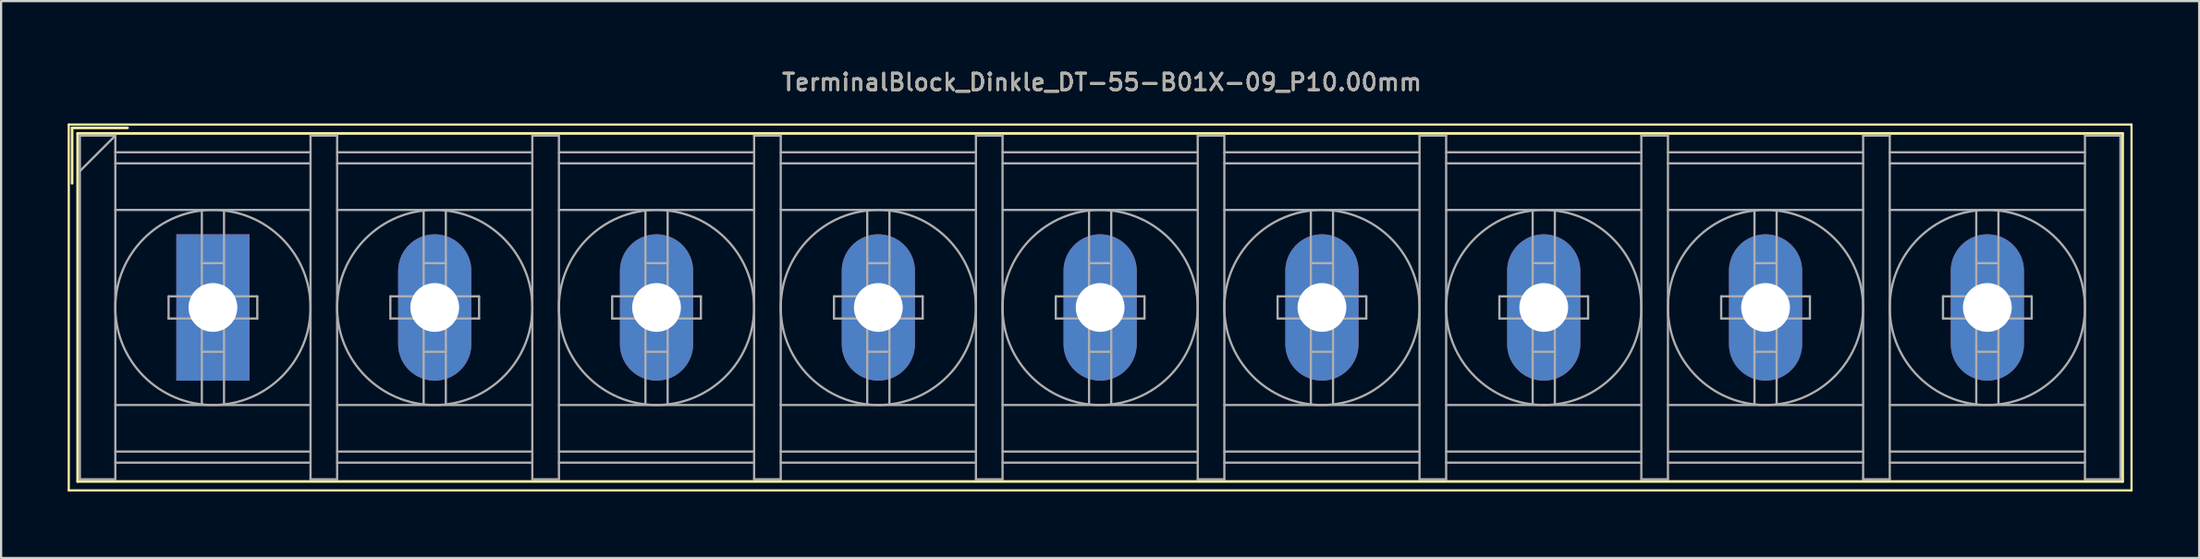
<source format=kicad_pcb>
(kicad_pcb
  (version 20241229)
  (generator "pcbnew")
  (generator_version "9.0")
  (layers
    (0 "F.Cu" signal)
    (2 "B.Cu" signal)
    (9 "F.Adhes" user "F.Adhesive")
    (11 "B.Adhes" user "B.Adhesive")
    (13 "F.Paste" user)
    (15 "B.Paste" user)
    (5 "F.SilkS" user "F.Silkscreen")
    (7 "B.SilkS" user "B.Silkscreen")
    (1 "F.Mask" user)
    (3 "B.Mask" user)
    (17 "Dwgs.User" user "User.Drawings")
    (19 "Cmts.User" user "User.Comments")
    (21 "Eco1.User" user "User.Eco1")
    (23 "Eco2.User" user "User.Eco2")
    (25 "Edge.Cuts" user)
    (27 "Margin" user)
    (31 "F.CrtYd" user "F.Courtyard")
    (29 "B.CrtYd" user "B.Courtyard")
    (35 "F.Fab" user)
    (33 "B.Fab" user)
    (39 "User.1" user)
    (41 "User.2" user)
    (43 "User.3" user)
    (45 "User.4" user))
  (footprint "TerminalBlock_Dinkle_DT-55-B01X-09_P10.00mm"
    (layer "F.Cu")
    (at 6.55 10.818)
    (property "Reference" "TerminalBlock_Dinkle_DT-55-B01X-09_P10.00mm" (at 40.08 -10.16 0) (layer "F.SilkS") (effects (font (size 0.75 0.75) (thickness 0.125))))
    (attr through_hole)
    (fp_line (start -6.5 -8.25) (end 86.5 -8.25) (stroke (width 0.1) (type solid)) (layer "F.SilkS"))
    (fp_line (start -6.5 8.25) (end -6.5 -8.25) (stroke (width 0.1) (type solid)) (layer "F.SilkS"))
    (fp_line (start -6.5 8.25) (end 86.5 8.25) (stroke (width 0.1) (type solid)) (layer "F.SilkS"))
    (fp_line (start -6.35 -8.1) (end -3.85 -8.1) (stroke (width 0.12) (type solid)) (layer "F.SilkS"))
    (fp_line (start -6.35 -5.6) (end -6.35 -8.1) (stroke (width 0.12) (type solid)) (layer "F.SilkS"))
    (fp_line (start -6.1 -7.85) (end 86.1 -7.85) (stroke (width 0.12) (type solid)) (layer "F.SilkS"))
    (fp_line (start -6.1 7.85) (end -6.1 -7.85) (stroke (width 0.12) (type solid)) (layer "F.SilkS"))
    (fp_line (start -6.1 7.85) (end 86.1 7.85) (stroke (width 0.12) (type solid)) (layer "F.SilkS"))
    (fp_line (start 86.1 -7.85) (end 86.1 7.85) (stroke (width 0.12) (type solid)) (layer "F.SilkS"))
    (fp_line (start 86.5 -8.25) (end 86.5 8.25) (stroke (width 0.1) (type solid)) (layer "F.SilkS"))
    (fp_line (start -6 -7.75) (end -6 7.75) (stroke (width 0.1) (type solid)) (layer "F.Fab"))
    (fp_line (start -6 -7.75) (end -4.4 -7.75) (stroke (width 0.1) (type solid)) (layer "F.Fab"))
    (fp_line (start -6 7.75) (end -4.4 7.75) (stroke (width 0.1) (type solid)) (layer "F.Fab"))
    (fp_line (start -4.4 -7.75) (end -6 -6.15) (stroke (width 0.1) (type solid)) (layer "F.Fab"))
    (fp_line (start -4.4 -7.75) (end -4.4 7.75) (stroke (width 0.1) (type solid)) (layer "F.Fab"))
    (fp_line (start -4.4 -7) (end 4.4 -7) (stroke (width 0.1) (type solid)) (layer "F.Fab"))
    (fp_line (start -4.4 -6.5) (end 4.4 -6.5) (stroke (width 0.1) (type solid)) (layer "F.Fab"))
    (fp_line (start -4.4 -4.4) (end 4.4 -4.4) (stroke (width 0.1) (type solid)) (layer "F.Fab"))
    (fp_line (start -4.4 4.4) (end 4.4 4.4) (stroke (width 0.1) (type solid)) (layer "F.Fab"))
    (fp_line (start -4.4 6.5) (end 4.4 6.5) (stroke (width 0.1) (type solid)) (layer "F.Fab"))
    (fp_line (start -4.4 7) (end 4.4 7) (stroke (width 0.1) (type solid)) (layer "F.Fab"))
    (fp_line (start -2 -0.5) (end -2 0.5) (stroke (width 0.1) (type solid)) (layer "F.Fab"))
    (fp_line (start -2 0.5) (end -0.5 0.5) (stroke (width 0.1) (type solid)) (layer "F.Fab"))
    (fp_line (start -0.5 -4.35) (end -0.5 -0.5) (stroke (width 0.1) (type solid)) (layer "F.Fab"))
    (fp_line (start -0.5 -2) (end 0.5 -2) (stroke (width 0.1) (type solid)) (layer "F.Fab"))
    (fp_line (start -0.5 -0.5) (end -2 -0.5) (stroke (width 0.1) (type solid)) (layer "F.Fab"))
    (fp_line (start -0.5 0.5) (end -0.5 4.35) (stroke (width 0.1) (type solid)) (layer "F.Fab"))
    (fp_line (start -0.5 2) (end 0.5 2) (stroke (width 0.1) (type solid)) (layer "F.Fab"))
    (fp_line (start 0.5 -4.35) (end 0.5 -0.5) (stroke (width 0.1) (type solid)) (layer "F.Fab"))
    (fp_line (start 0.5 -0.5) (end 2 -0.5) (stroke (width 0.1) (type solid)) (layer "F.Fab"))
    (fp_line (start 0.5 0.5) (end 0.5 4.35) (stroke (width 0.1) (type solid)) (layer "F.Fab"))
    (fp_line (start 2 -0.5) (end 2 0.5) (stroke (width 0.1) (type solid)) (layer "F.Fab"))
    (fp_line (start 2 0.5) (end 0.5 0.5) (stroke (width 0.1) (type solid)) (layer "F.Fab"))
    (fp_line (start 4.4 -7.75) (end 4.4 7.75) (stroke (width 0.1) (type solid)) (layer "F.Fab"))
    (fp_line (start 4.4 -7.75) (end 5.6 -7.75) (stroke (width 0.1) (type solid)) (layer "F.Fab"))
    (fp_line (start 4.4 7.75) (end 5.6 7.75) (stroke (width 0.1) (type solid)) (layer "F.Fab"))
    (fp_line (start 5.6 -7.75) (end 5.6 7.75) (stroke (width 0.1) (type solid)) (layer "F.Fab"))
    (fp_line (start 5.6 -7) (end 14.4 -7) (stroke (width 0.1) (type solid)) (layer "F.Fab"))
    (fp_line (start 5.6 -6.5) (end 14.4 -6.5) (stroke (width 0.1) (type solid)) (layer "F.Fab"))
    (fp_line (start 5.6 -4.4) (end 14.4 -4.4) (stroke (width 0.1) (type solid)) (layer "F.Fab"))
    (fp_line (start 5.6 4.4) (end 14.4 4.4) (stroke (width 0.1) (type solid)) (layer "F.Fab"))
    (fp_line (start 5.6 6.5) (end 14.4 6.5) (stroke (width 0.1) (type solid)) (layer "F.Fab"))
    (fp_line (start 5.6 7) (end 14.4 7) (stroke (width 0.1) (type solid)) (layer "F.Fab"))
    (fp_line (start 8 -0.5) (end 8 0.5) (stroke (width 0.1) (type solid)) (layer "F.Fab"))
    (fp_line (start 8 0.5) (end 9.5 0.5) (stroke (width 0.1) (type solid)) (layer "F.Fab"))
    (fp_line (start 9.5 -4.35) (end 9.5 -0.5) (stroke (width 0.1) (type solid)) (layer "F.Fab"))
    (fp_line (start 9.5 -2) (end 10.5 -2) (stroke (width 0.1) (type solid)) (layer "F.Fab"))
    (fp_line (start 9.5 -0.5) (end 8 -0.5) (stroke (width 0.1) (type solid)) (layer "F.Fab"))
    (fp_line (start 9.5 0.5) (end 9.5 4.35) (stroke (width 0.1) (type solid)) (layer "F.Fab"))
    (fp_line (start 9.5 2) (end 10.5 2) (stroke (width 0.1) (type solid)) (layer "F.Fab"))
    (fp_line (start 10.5 -4.35) (end 10.5 -0.5) (stroke (width 0.1) (type solid)) (layer "F.Fab"))
    (fp_line (start 10.5 -0.5) (end 12 -0.5) (stroke (width 0.1) (type solid)) (layer "F.Fab"))
    (fp_line (start 10.5 0.5) (end 10.5 4.35) (stroke (width 0.1) (type solid)) (layer "F.Fab"))
    (fp_line (start 12 -0.5) (end 12 0.5) (stroke (width 0.1) (type solid)) (layer "F.Fab"))
    (fp_line (start 12 0.5) (end 10.5 0.5) (stroke (width 0.1) (type solid)) (layer "F.Fab"))
    (fp_line (start 14.4 -7.75) (end 14.4 7.75) (stroke (width 0.1) (type solid)) (layer "F.Fab"))
    (fp_line (start 14.4 -7.75) (end 15.6 -7.75) (stroke (width 0.1) (type solid)) (layer "F.Fab"))
    (fp_line (start 14.4 7.75) (end 15.6 7.75) (stroke (width 0.1) (type solid)) (layer "F.Fab"))
    (fp_line (start 15.6 -7.75) (end 15.6 7.75) (stroke (width 0.1) (type solid)) (layer "F.Fab"))
    (fp_line (start 15.6 -7) (end 24.4 -7) (stroke (width 0.1) (type solid)) (layer "F.Fab"))
    (fp_line (start 15.6 -6.5) (end 24.4 -6.5) (stroke (width 0.1) (type solid)) (layer "F.Fab"))
    (fp_line (start 15.6 -4.4) (end 24.4 -4.4) (stroke (width 0.1) (type solid)) (layer "F.Fab"))
    (fp_line (start 15.6 4.4) (end 24.4 4.4) (stroke (width 0.1) (type solid)) (layer "F.Fab"))
    (fp_line (start 15.6 6.5) (end 24.4 6.5) (stroke (width 0.1) (type solid)) (layer "F.Fab"))
    (fp_line (start 15.6 7) (end 24.4 7) (stroke (width 0.1) (type solid)) (layer "F.Fab"))
    (fp_line (start 18 -0.5) (end 18 0.5) (stroke (width 0.1) (type solid)) (layer "F.Fab"))
    (fp_line (start 18 0.5) (end 19.5 0.5) (stroke (width 0.1) (type solid)) (layer "F.Fab"))
    (fp_line (start 19.5 -4.35) (end 19.5 -0.5) (stroke (width 0.1) (type solid)) (layer "F.Fab"))
    (fp_line (start 19.5 -2) (end 20.5 -2) (stroke (width 0.1) (type solid)) (layer "F.Fab"))
    (fp_line (start 19.5 -0.5) (end 18 -0.5) (stroke (width 0.1) (type solid)) (layer "F.Fab"))
    (fp_line (start 19.5 0.5) (end 19.5 4.35) (stroke (width 0.1) (type solid)) (layer "F.Fab"))
    (fp_line (start 19.5 2) (end 20.5 2) (stroke (width 0.1) (type solid)) (layer "F.Fab"))
    (fp_line (start 20.5 -4.35) (end 20.5 -0.5) (stroke (width 0.1) (type solid)) (layer "F.Fab"))
    (fp_line (start 20.5 -0.5) (end 22 -0.5) (stroke (width 0.1) (type solid)) (layer "F.Fab"))
    (fp_line (start 20.5 0.5) (end 20.5 4.35) (stroke (width 0.1) (type solid)) (layer "F.Fab"))
    (fp_line (start 22 -0.5) (end 22 0.5) (stroke (width 0.1) (type solid)) (layer "F.Fab"))
    (fp_line (start 22 0.5) (end 20.5 0.5) (stroke (width 0.1) (type solid)) (layer "F.Fab"))
    (fp_line (start 24.4 -7.75) (end 24.4 7.75) (stroke (width 0.1) (type solid)) (layer "F.Fab"))
    (fp_line (start 24.4 -7.75) (end 25.6 -7.75) (stroke (width 0.1) (type solid)) (layer "F.Fab"))
    (fp_line (start 24.4 7.75) (end 25.6 7.75) (stroke (width 0.1) (type solid)) (layer "F.Fab"))
    (fp_line (start 25.6 -7.75) (end 25.6 7.75) (stroke (width 0.1) (type solid)) (layer "F.Fab"))
    (fp_line (start 25.6 -7) (end 34.4 -7) (stroke (width 0.1) (type solid)) (layer "F.Fab"))
    (fp_line (start 25.6 -6.5) (end 34.4 -6.5) (stroke (width 0.1) (type solid)) (layer "F.Fab"))
    (fp_line (start 25.6 -4.4) (end 34.4 -4.4) (stroke (width 0.1) (type solid)) (layer "F.Fab"))
    (fp_line (start 25.6 4.4) (end 34.4 4.4) (stroke (width 0.1) (type solid)) (layer "F.Fab"))
    (fp_line (start 25.6 6.5) (end 34.4 6.5) (stroke (width 0.1) (type solid)) (layer "F.Fab"))
    (fp_line (start 25.6 7) (end 34.4 7) (stroke (width 0.1) (type solid)) (layer "F.Fab"))
    (fp_line (start 28 -0.5) (end 28 0.5) (stroke (width 0.1) (type solid)) (layer "F.Fab"))
    (fp_line (start 28 0.5) (end 29.5 0.5) (stroke (width 0.1) (type solid)) (layer "F.Fab"))
    (fp_line (start 29.5 -4.35) (end 29.5 -0.5) (stroke (width 0.1) (type solid)) (layer "F.Fab"))
    (fp_line (start 29.5 -2) (end 30.5 -2) (stroke (width 0.1) (type solid)) (layer "F.Fab"))
    (fp_line (start 29.5 -0.5) (end 28 -0.5) (stroke (width 0.1) (type solid)) (layer "F.Fab"))
    (fp_line (start 29.5 0.5) (end 29.5 4.35) (stroke (width 0.1) (type solid)) (layer "F.Fab"))
    (fp_line (start 29.5 2) (end 30.5 2) (stroke (width 0.1) (type solid)) (layer "F.Fab"))
    (fp_line (start 30.5 -4.35) (end 30.5 -0.5) (stroke (width 0.1) (type solid)) (layer "F.Fab"))
    (fp_line (start 30.5 -0.5) (end 32 -0.5) (stroke (width 0.1) (type solid)) (layer "F.Fab"))
    (fp_line (start 30.5 0.5) (end 30.5 4.35) (stroke (width 0.1) (type solid)) (layer "F.Fab"))
    (fp_line (start 32 -0.5) (end 32 0.5) (stroke (width 0.1) (type solid)) (layer "F.Fab"))
    (fp_line (start 32 0.5) (end 30.5 0.5) (stroke (width 0.1) (type solid)) (layer "F.Fab"))
    (fp_line (start 34.4 -7.75) (end 34.4 7.75) (stroke (width 0.1) (type solid)) (layer "F.Fab"))
    (fp_line (start 34.4 -7.75) (end 35.6 -7.75) (stroke (width 0.1) (type solid)) (layer "F.Fab"))
    (fp_line (start 34.4 7.75) (end 35.6 7.75) (stroke (width 0.1) (type solid)) (layer "F.Fab"))
    (fp_line (start 35.6 -7.75) (end 35.6 7.75) (stroke (width 0.1) (type solid)) (layer "F.Fab"))
    (fp_line (start 35.6 -7) (end 44.4 -7) (stroke (width 0.1) (type solid)) (layer "F.Fab"))
    (fp_line (start 35.6 -6.5) (end 44.4 -6.5) (stroke (width 0.1) (type solid)) (layer "F.Fab"))
    (fp_line (start 35.6 -4.4) (end 44.4 -4.4) (stroke (width 0.1) (type solid)) (layer "F.Fab"))
    (fp_line (start 35.6 4.4) (end 44.4 4.4) (stroke (width 0.1) (type solid)) (layer "F.Fab"))
    (fp_line (start 35.6 6.5) (end 44.4 6.5) (stroke (width 0.1) (type solid)) (layer "F.Fab"))
    (fp_line (start 35.6 7) (end 44.4 7) (stroke (width 0.1) (type solid)) (layer "F.Fab"))
    (fp_line (start 38 -0.5) (end 38 0.5) (stroke (width 0.1) (type solid)) (layer "F.Fab"))
    (fp_line (start 38 0.5) (end 39.5 0.5) (stroke (width 0.1) (type solid)) (layer "F.Fab"))
    (fp_line (start 39.5 -4.35) (end 39.5 -0.5) (stroke (width 0.1) (type solid)) (layer "F.Fab"))
    (fp_line (start 39.5 -2) (end 40.5 -2) (stroke (width 0.1) (type solid)) (layer "F.Fab"))
    (fp_line (start 39.5 -0.5) (end 38 -0.5) (stroke (width 0.1) (type solid)) (layer "F.Fab"))
    (fp_line (start 39.5 0.5) (end 39.5 4.35) (stroke (width 0.1) (type solid)) (layer "F.Fab"))
    (fp_line (start 39.5 2) (end 40.5 2) (stroke (width 0.1) (type solid)) (layer "F.Fab"))
    (fp_line (start 40.5 -4.35) (end 40.5 -0.5) (stroke (width 0.1) (type solid)) (layer "F.Fab"))
    (fp_line (start 40.5 -0.5) (end 42 -0.5) (stroke (width 0.1) (type solid)) (layer "F.Fab"))
    (fp_line (start 40.5 0.5) (end 40.5 4.35) (stroke (width 0.1) (type solid)) (layer "F.Fab"))
    (fp_line (start 42 -0.5) (end 42 0.5) (stroke (width 0.1) (type solid)) (layer "F.Fab"))
    (fp_line (start 42 0.5) (end 40.5 0.5) (stroke (width 0.1) (type solid)) (layer "F.Fab"))
    (fp_line (start 44.4 -7.75) (end 44.4 7.75) (stroke (width 0.1) (type solid)) (layer "F.Fab"))
    (fp_line (start 44.4 -7.75) (end 45.6 -7.75) (stroke (width 0.1) (type solid)) (layer "F.Fab"))
    (fp_line (start 44.4 7.75) (end 45.6 7.75) (stroke (width 0.1) (type solid)) (layer "F.Fab"))
    (fp_line (start 45.6 -7.75) (end 45.6 7.75) (stroke (width 0.1) (type solid)) (layer "F.Fab"))
    (fp_line (start 45.6 -7) (end 54.4 -7) (stroke (width 0.1) (type solid)) (layer "F.Fab"))
    (fp_line (start 45.6 -6.5) (end 54.4 -6.5) (stroke (width 0.1) (type solid)) (layer "F.Fab"))
    (fp_line (start 45.6 -4.4) (end 54.4 -4.4) (stroke (width 0.1) (type solid)) (layer "F.Fab"))
    (fp_line (start 45.6 4.4) (end 54.4 4.4) (stroke (width 0.1) (type solid)) (layer "F.Fab"))
    (fp_line (start 45.6 6.5) (end 54.4 6.5) (stroke (width 0.1) (type solid)) (layer "F.Fab"))
    (fp_line (start 45.6 7) (end 54.4 7) (stroke (width 0.1) (type solid)) (layer "F.Fab"))
    (fp_line (start 48 -0.5) (end 48 0.5) (stroke (width 0.1) (type solid)) (layer "F.Fab"))
    (fp_line (start 48 0.5) (end 49.5 0.5) (stroke (width 0.1) (type solid)) (layer "F.Fab"))
    (fp_line (start 49.5 -4.35) (end 49.5 -0.5) (stroke (width 0.1) (type solid)) (layer "F.Fab"))
    (fp_line (start 49.5 -2) (end 50.5 -2) (stroke (width 0.1) (type solid)) (layer "F.Fab"))
    (fp_line (start 49.5 -0.5) (end 48 -0.5) (stroke (width 0.1) (type solid)) (layer "F.Fab"))
    (fp_line (start 49.5 0.5) (end 49.5 4.35) (stroke (width 0.1) (type solid)) (layer "F.Fab"))
    (fp_line (start 49.5 2) (end 50.5 2) (stroke (width 0.1) (type solid)) (layer "F.Fab"))
    (fp_line (start 50.5 -4.35) (end 50.5 -0.5) (stroke (width 0.1) (type solid)) (layer "F.Fab"))
    (fp_line (start 50.5 -0.5) (end 52 -0.5) (stroke (width 0.1) (type solid)) (layer "F.Fab"))
    (fp_line (start 50.5 0.5) (end 50.5 4.35) (stroke (width 0.1) (type solid)) (layer "F.Fab"))
    (fp_line (start 52 -0.5) (end 52 0.5) (stroke (width 0.1) (type solid)) (layer "F.Fab"))
    (fp_line (start 52 0.5) (end 50.5 0.5) (stroke (width 0.1) (type solid)) (layer "F.Fab"))
    (fp_line (start 54.4 -7.75) (end 54.4 7.75) (stroke (width 0.1) (type solid)) (layer "F.Fab"))
    (fp_line (start 54.4 -7.75) (end 55.6 -7.75) (stroke (width 0.1) (type solid)) (layer "F.Fab"))
    (fp_line (start 54.4 7.75) (end 55.6 7.75) (stroke (width 0.1) (type solid)) (layer "F.Fab"))
    (fp_line (start 55.6 -7.75) (end 55.6 7.75) (stroke (width 0.1) (type solid)) (layer "F.Fab"))
    (fp_line (start 55.6 -7) (end 64.4 -7) (stroke (width 0.1) (type solid)) (layer "F.Fab"))
    (fp_line (start 55.6 -6.5) (end 64.4 -6.5) (stroke (width 0.1) (type solid)) (layer "F.Fab"))
    (fp_line (start 55.6 -4.4) (end 64.4 -4.4) (stroke (width 0.1) (type solid)) (layer "F.Fab"))
    (fp_line (start 55.6 4.4) (end 64.4 4.4) (stroke (width 0.1) (type solid)) (layer "F.Fab"))
    (fp_line (start 55.6 6.5) (end 64.4 6.5) (stroke (width 0.1) (type solid)) (layer "F.Fab"))
    (fp_line (start 55.6 7) (end 64.4 7) (stroke (width 0.1) (type solid)) (layer "F.Fab"))
    (fp_line (start 58 -0.5) (end 58 0.5) (stroke (width 0.1) (type solid)) (layer "F.Fab"))
    (fp_line (start 58 0.5) (end 59.5 0.5) (stroke (width 0.1) (type solid)) (layer "F.Fab"))
    (fp_line (start 59.5 -4.35) (end 59.5 -0.5) (stroke (width 0.1) (type solid)) (layer "F.Fab"))
    (fp_line (start 59.5 -2) (end 60.5 -2) (stroke (width 0.1) (type solid)) (layer "F.Fab"))
    (fp_line (start 59.5 -0.5) (end 58 -0.5) (stroke (width 0.1) (type solid)) (layer "F.Fab"))
    (fp_line (start 59.5 0.5) (end 59.5 4.35) (stroke (width 0.1) (type solid)) (layer "F.Fab"))
    (fp_line (start 59.5 2) (end 60.5 2) (stroke (width 0.1) (type solid)) (layer "F.Fab"))
    (fp_line (start 60.5 -4.35) (end 60.5 -0.5) (stroke (width 0.1) (type solid)) (layer "F.Fab"))
    (fp_line (start 60.5 -0.5) (end 62 -0.5) (stroke (width 0.1) (type solid)) (layer "F.Fab"))
    (fp_line (start 60.5 0.5) (end 60.5 4.35) (stroke (width 0.1) (type solid)) (layer "F.Fab"))
    (fp_line (start 62 -0.5) (end 62 0.5) (stroke (width 0.1) (type solid)) (layer "F.Fab"))
    (fp_line (start 62 0.5) (end 60.5 0.5) (stroke (width 0.1) (type solid)) (layer "F.Fab"))
    (fp_line (start 64.4 -7.75) (end 64.4 7.75) (stroke (width 0.1) (type solid)) (layer "F.Fab"))
    (fp_line (start 64.4 -7.75) (end 65.6 -7.75) (stroke (width 0.1) (type solid)) (layer "F.Fab"))
    (fp_line (start 64.4 7.75) (end 65.6 7.75) (stroke (width 0.1) (type solid)) (layer "F.Fab"))
    (fp_line (start 65.6 -7.75) (end 65.6 7.75) (stroke (width 0.1) (type solid)) (layer "F.Fab"))
    (fp_line (start 65.6 -7) (end 74.4 -7) (stroke (width 0.1) (type solid)) (layer "F.Fab"))
    (fp_line (start 65.6 -6.5) (end 74.4 -6.5) (stroke (width 0.1) (type solid)) (layer "F.Fab"))
    (fp_line (start 65.6 -4.4) (end 74.4 -4.4) (stroke (width 0.1) (type solid)) (layer "F.Fab"))
    (fp_line (start 65.6 4.4) (end 74.4 4.4) (stroke (width 0.1) (type solid)) (layer "F.Fab"))
    (fp_line (start 65.6 6.5) (end 74.4 6.5) (stroke (width 0.1) (type solid)) (layer "F.Fab"))
    (fp_line (start 65.6 7) (end 74.4 7) (stroke (width 0.1) (type solid)) (layer "F.Fab"))
    (fp_line (start 68 -0.5) (end 68 0.5) (stroke (width 0.1) (type solid)) (layer "F.Fab"))
    (fp_line (start 68 0.5) (end 69.5 0.5) (stroke (width 0.1) (type solid)) (layer "F.Fab"))
    (fp_line (start 69.5 -4.35) (end 69.5 -0.5) (stroke (width 0.1) (type solid)) (layer "F.Fab"))
    (fp_line (start 69.5 -2) (end 70.5 -2) (stroke (width 0.1) (type solid)) (layer "F.Fab"))
    (fp_line (start 69.5 -0.5) (end 68 -0.5) (stroke (width 0.1) (type solid)) (layer "F.Fab"))
    (fp_line (start 69.5 0.5) (end 69.5 4.35) (stroke (width 0.1) (type solid)) (layer "F.Fab"))
    (fp_line (start 69.5 2) (end 70.5 2) (stroke (width 0.1) (type solid)) (layer "F.Fab"))
    (fp_line (start 70.5 -4.35) (end 70.5 -0.5) (stroke (width 0.1) (type solid)) (layer "F.Fab"))
    (fp_line (start 70.5 -0.5) (end 72 -0.5) (stroke (width 0.1) (type solid)) (layer "F.Fab"))
    (fp_line (start 70.5 0.5) (end 70.5 4.35) (stroke (width 0.1) (type solid)) (layer "F.Fab"))
    (fp_line (start 72 -0.5) (end 72 0.5) (stroke (width 0.1) (type solid)) (layer "F.Fab"))
    (fp_line (start 72 0.5) (end 70.5 0.5) (stroke (width 0.1) (type solid)) (layer "F.Fab"))
    (fp_line (start 74.4 -7.75) (end 74.4 7.75) (stroke (width 0.1) (type solid)) (layer "F.Fab"))
    (fp_line (start 74.4 -7.75) (end 75.6 -7.75) (stroke (width 0.1) (type solid)) (layer "F.Fab"))
    (fp_line (start 74.4 7.75) (end 75.6 7.75) (stroke (width 0.1) (type solid)) (layer "F.Fab"))
    (fp_line (start 75.6 -7.75) (end 75.6 7.75) (stroke (width 0.1) (type solid)) (layer "F.Fab"))
    (fp_line (start 75.6 -7) (end 84.4 -7) (stroke (width 0.1) (type solid)) (layer "F.Fab"))
    (fp_line (start 75.6 -6.5) (end 84.4 -6.5) (stroke (width 0.1) (type solid)) (layer "F.Fab"))
    (fp_line (start 75.6 -4.4) (end 84.4 -4.4) (stroke (width 0.1) (type solid)) (layer "F.Fab"))
    (fp_line (start 75.6 4.4) (end 84.4 4.4) (stroke (width 0.1) (type solid)) (layer "F.Fab"))
    (fp_line (start 75.6 6.5) (end 84.4 6.5) (stroke (width 0.1) (type solid)) (layer "F.Fab"))
    (fp_line (start 75.6 7) (end 84.4 7) (stroke (width 0.1) (type solid)) (layer "F.Fab"))
    (fp_line (start 78 -0.5) (end 78 0.5) (stroke (width 0.1) (type solid)) (layer "F.Fab"))
    (fp_line (start 78 0.5) (end 79.5 0.5) (stroke (width 0.1) (type solid)) (layer "F.Fab"))
    (fp_line (start 79.5 -4.35) (end 79.5 -0.5) (stroke (width 0.1) (type solid)) (layer "F.Fab"))
    (fp_line (start 79.5 -2) (end 80.5 -2) (stroke (width 0.1) (type solid)) (layer "F.Fab"))
    (fp_line (start 79.5 -0.5) (end 78 -0.5) (stroke (width 0.1) (type solid)) (layer "F.Fab"))
    (fp_line (start 79.5 0.5) (end 79.5 4.35) (stroke (width 0.1) (type solid)) (layer "F.Fab"))
    (fp_line (start 79.5 2) (end 80.5 2) (stroke (width 0.1) (type solid)) (layer "F.Fab"))
    (fp_line (start 80.5 -4.35) (end 80.5 -0.5) (stroke (width 0.1) (type solid)) (layer "F.Fab"))
    (fp_line (start 80.5 -0.5) (end 82 -0.5) (stroke (width 0.1) (type solid)) (layer "F.Fab"))
    (fp_line (start 80.5 0.5) (end 80.5 4.35) (stroke (width 0.1) (type solid)) (layer "F.Fab"))
    (fp_line (start 82 -0.5) (end 82 0.5) (stroke (width 0.1) (type solid)) (layer "F.Fab"))
    (fp_line (start 82 0.5) (end 80.5 0.5) (stroke (width 0.1) (type solid)) (layer "F.Fab"))
    (fp_line (start 84.4 -7.75) (end 84.4 7.75) (stroke (width 0.1) (type solid)) (layer "F.Fab"))
    (fp_line (start 84.4 -7.75) (end 86 -7.75) (stroke (width 0.1) (type solid)) (layer "F.Fab"))
    (fp_line (start 84.4 7.75) (end 86 7.75) (stroke (width 0.1) (type solid)) (layer "F.Fab"))
    (fp_line (start 86 -7.75) (end 86 7.75) (stroke (width 0.1) (type solid)) (layer "F.Fab"))
    (fp_circle (center 0 0) (end 0.5 0.5) (stroke (width 0.1) (type solid)) (fill no) (layer "F.Fab"))
    (fp_circle (center 0 0) (end 4.4 0) (stroke (width 0.1) (type solid)) (fill no) (layer "F.Fab"))
    (fp_circle (center 10 0) (end 10.5 0.5) (stroke (width 0.1) (type solid)) (fill no) (layer "F.Fab"))
    (fp_circle (center 10 0) (end 14.4 0) (stroke (width 0.1) (type solid)) (fill no) (layer "F.Fab"))
    (fp_circle (center 20 0) (end 20.5 0.5) (stroke (width 0.1) (type solid)) (fill no) (layer "F.Fab"))
    (fp_circle (center 20 0) (end 24.4 0) (stroke (width 0.1) (type solid)) (fill no) (layer "F.Fab"))
    (fp_circle (center 30 0) (end 30.5 0.5) (stroke (width 0.1) (type solid)) (fill no) (layer "F.Fab"))
    (fp_circle (center 30 0) (end 34.4 0) (stroke (width 0.1) (type solid)) (fill no) (layer "F.Fab"))
    (fp_circle (center 40 0) (end 40.5 0.5) (stroke (width 0.1) (type solid)) (fill no) (layer "F.Fab"))
    (fp_circle (center 40 0) (end 44.4 0) (stroke (width 0.1) (type solid)) (fill no) (layer "F.Fab"))
    (fp_circle (center 50 0) (end 50.5 0.5) (stroke (width 0.1) (type solid)) (fill no) (layer "F.Fab"))
    (fp_circle (center 50 0) (end 54.4 0) (stroke (width 0.1) (type solid)) (fill no) (layer "F.Fab"))
    (fp_circle (center 60 0) (end 60.5 0.5) (stroke (width 0.1) (type solid)) (fill no) (layer "F.Fab"))
    (fp_circle (center 60 0) (end 64.4 0) (stroke (width 0.1) (type solid)) (fill no) (layer "F.Fab"))
    (fp_circle (center 70 0) (end 70.5 0.5) (stroke (width 0.1) (type solid)) (fill no) (layer "F.Fab"))
    (fp_circle (center 70 0) (end 74.4 0) (stroke (width 0.1) (type solid)) (fill no) (layer "F.Fab"))
    (fp_circle (center 80 0) (end 80.5 0.5) (stroke (width 0.1) (type solid)) (fill no) (layer "F.Fab"))
    (fp_circle (center 80 0) (end 84.4 0) (stroke (width 0.1) (type solid)) (fill no) (layer "F.Fab"))
    (fp_text user "${REFERENCE}" (at 40.08 -10.16 0) (layer "F.Fab") (effects (font (size 0.75 0.75) (thickness 0.125))))
    (pad "1" thru_hole rect (at 0 0) (size 3.3 6.6) (drill 2.2) (layers "*.Cu" "*.Mask"))
    (pad "2" thru_hole oval (at 10 0) (size 3.3 6.6) (drill 2.2) (layers "*.Cu" "*.Mask"))
    (pad "3" thru_hole oval (at 20 0) (size 3.3 6.6) (drill 2.2) (layers "*.Cu" "*.Mask"))
    (pad "4" thru_hole oval (at 30 0) (size 3.3 6.6) (drill 2.2) (layers "*.Cu" "*.Mask"))
    (pad "5" thru_hole oval (at 40 0) (size 3.3 6.6) (drill 2.2) (layers "*.Cu" "*.Mask"))
    (pad "6" thru_hole oval (at 50 0) (size 3.3 6.6) (drill 2.2) (layers "*.Cu" "*.Mask"))
    (pad "7" thru_hole oval (at 60 0) (size 3.3 6.6) (drill 2.2) (layers "*.Cu" "*.Mask"))
    (pad "8" thru_hole oval (at 70 0) (size 3.3 6.6) (drill 2.2) (layers "*.Cu" "*.Mask"))
    (pad "9" thru_hole oval (at 80 0) (size 3.3 6.6) (drill 2.2) (layers "*.Cu" "*.Mask")))
  (gr_rect
    (start -3 -3)
    (end 96.1 22.118)
    (stroke (width 0.1) (type default))
    (fill no)
    (layer "Edge.Cuts")))
</source>
